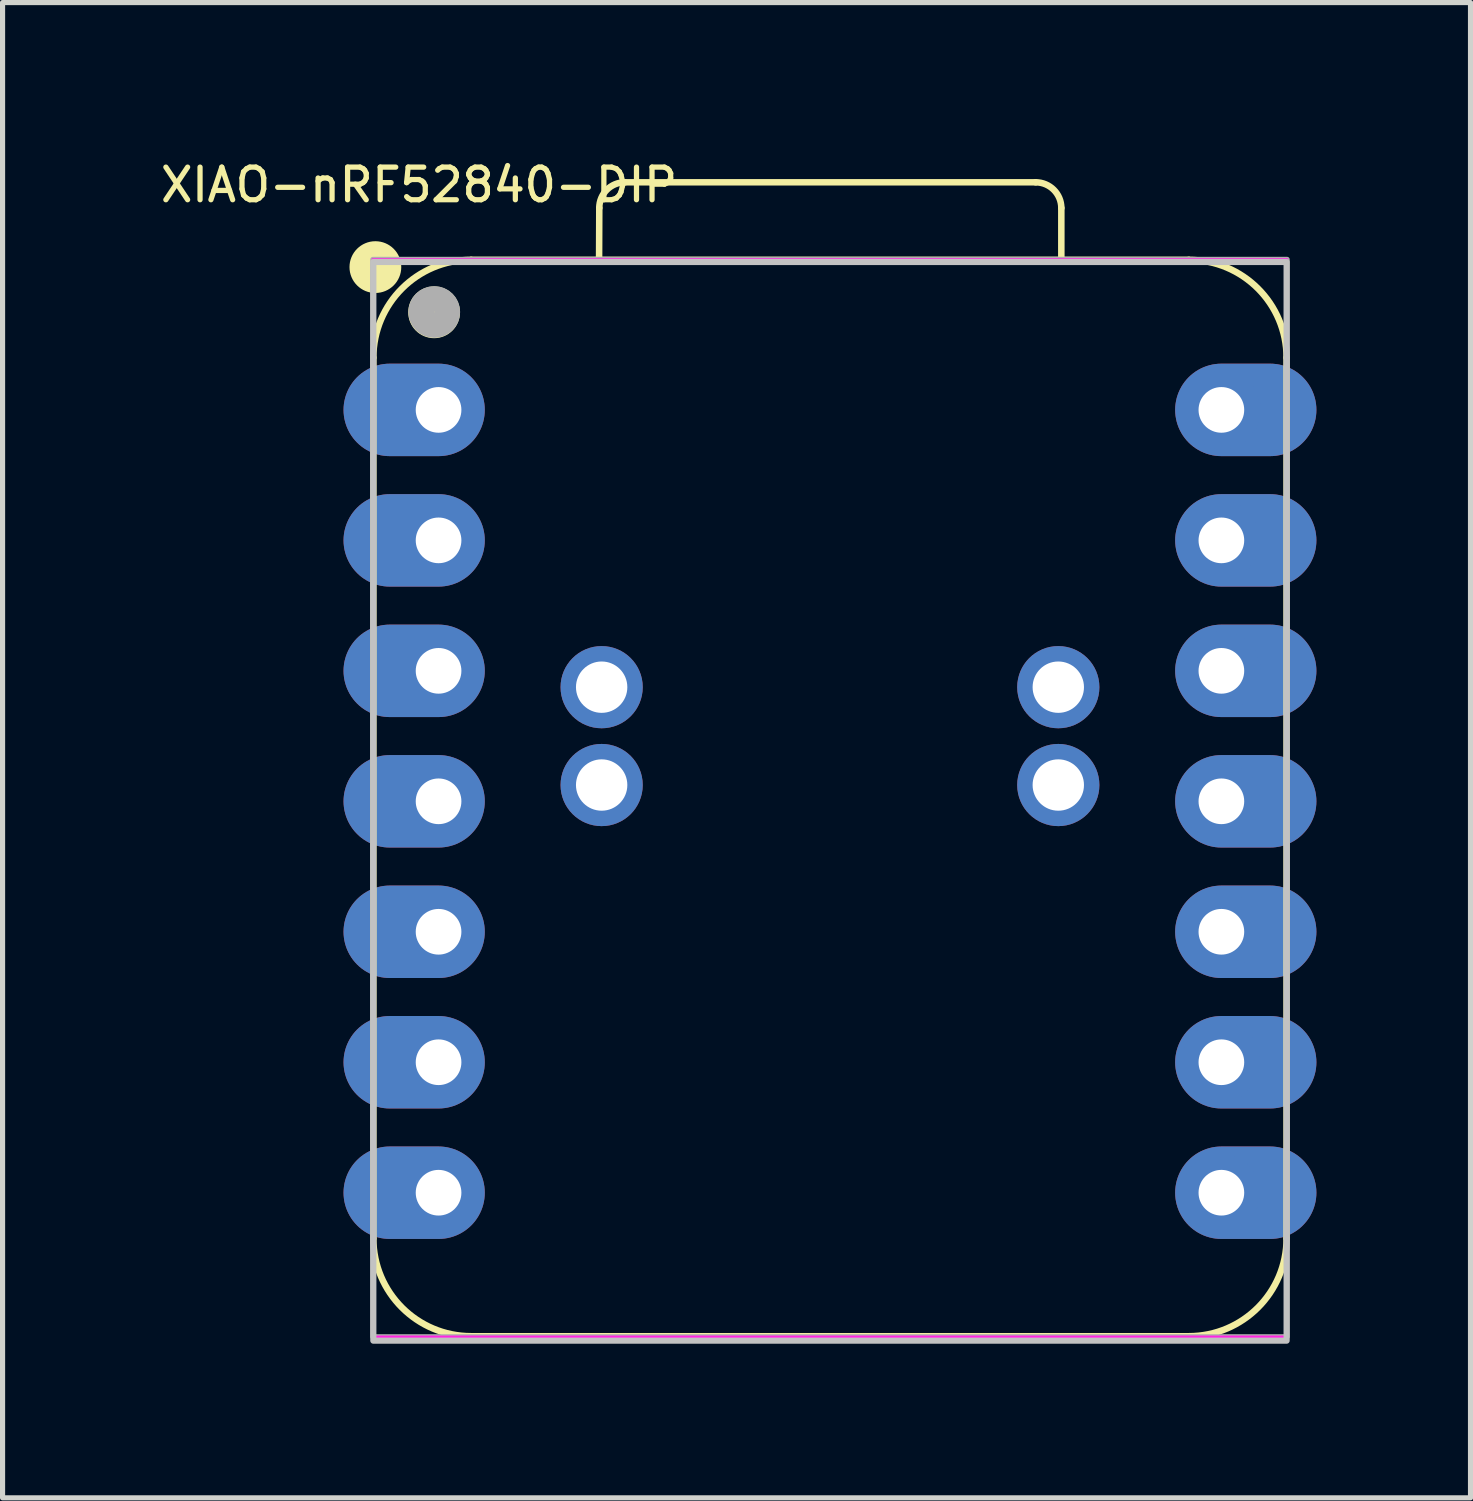
<source format=kicad_pcb>
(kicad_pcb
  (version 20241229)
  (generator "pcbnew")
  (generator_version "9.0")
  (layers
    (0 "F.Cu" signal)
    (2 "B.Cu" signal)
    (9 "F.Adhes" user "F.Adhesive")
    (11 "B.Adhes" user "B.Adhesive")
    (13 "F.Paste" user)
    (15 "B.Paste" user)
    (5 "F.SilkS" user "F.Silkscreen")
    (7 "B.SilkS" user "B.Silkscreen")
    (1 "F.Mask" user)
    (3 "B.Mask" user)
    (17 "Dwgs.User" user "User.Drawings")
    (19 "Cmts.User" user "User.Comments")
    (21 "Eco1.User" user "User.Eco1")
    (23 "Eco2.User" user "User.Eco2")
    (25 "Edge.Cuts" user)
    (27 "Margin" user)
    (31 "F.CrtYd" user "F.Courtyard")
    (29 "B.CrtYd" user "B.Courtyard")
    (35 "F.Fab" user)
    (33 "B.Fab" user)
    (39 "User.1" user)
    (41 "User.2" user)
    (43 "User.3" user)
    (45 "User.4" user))
  (footprint "XIAO-nRF52840-DIP"
    (layer "F.Cu")
    (at 13.108 12.55)
    (property "Reference" "XIAO-nRF52840-DIP" (at -8 -12 0) (unlocked yes) (layer "F.SilkS") (effects (font (size 0.635 0.635) (thickness 0.102))))
    (attr smd)
    (fp_line (start -8.89 8.509) (end -8.89 -8.636) (stroke (width 0.127) (type solid)) (layer "F.SilkS"))
    (fp_line (start -6.985 10.414) (end 6.985 10.414) (stroke (width 0.127) (type solid)) (layer "F.SilkS"))
    (fp_line (start -4.495 -10.541) (end -4.491 -11.551) (stroke (width 0.127) (type solid)) (layer "F.SilkS"))
    (fp_line (start -3.991 -12.051) (end 4.004 -12.051) (stroke (width 0.127) (type solid)) (layer "F.SilkS"))
    (fp_line (start 4.504 -11.551) (end 4.504 -10.541) (stroke (width 0.127) (type solid)) (layer "F.SilkS"))
    (fp_line (start 6.985 -10.541) (end -6.985 -10.541) (stroke (width 0.1) (type solid)) (layer "F.SilkS"))
    (fp_line (start 6.985 -10.541) (end -6.985 -10.541) (stroke (width 0.127) (type solid)) (layer "F.SilkS"))
    (fp_line (start 8.89 8.509) (end 8.89 -8.636) (stroke (width 0.127) (type solid)) (layer "F.SilkS"))
    (fp_arc (start -8.89 -8.636) (mid -8.332038 -9.983038) (end -6.985 -10.541) (stroke (width 0.127) (type solid)) (layer "F.SilkS"))
    (fp_arc (start -6.985 10.414) (mid -8.332038 9.856038) (end -8.89 8.509) (stroke (width 0.127) (type solid)) (layer "F.SilkS"))
    (fp_arc (start -4.491272 -11.551272) (mid -4.344728 -11.90464) (end -3.991272 -12.051) (stroke (width 0.127) (type default)) (layer "F.SilkS"))
    (fp_arc (start 4.004 -12.051) (mid 4.357524 -11.904524) (end 4.504 -11.551) (stroke (width 0.127) (type default)) (layer "F.SilkS"))
    (fp_arc (start 6.985 -10.541) (mid 8.332038 -9.983038) (end 8.89 -8.636) (stroke (width 0.127) (type solid)) (layer "F.SilkS"))
    (fp_arc (start 8.89 8.509) (mid 8.332038 9.856038) (end 6.985 10.414) (stroke (width 0.127) (type solid)) (layer "F.SilkS"))
    (fp_circle (center -8.85 -10.4) (end -8.85 -10.654) (stroke (width 0.5) (type solid)) (fill yes) (layer "F.SilkS"))
    (fp_circle (center -7.707 -9.52) (end -7.707 -9.774) (stroke (width 0.5) (type solid)) (fill yes) (layer "F.SilkS"))
    (fp_rect (start -8.89 10.5) (end 8.89 -10.5) (stroke (width 0.12) (type solid)) (fill no) (layer "Dwgs.User"))
    (fp_rect (start -8.9 -10.55) (end 8.9 10.425) (stroke (width 0.05) (type default)) (fill no) (layer "F.CrtYd"))
    (fp_rect (start -8.9 -10.55) (end 8.9 10.425) (stroke (width 0.1) (type default)) (fill no) (layer "F.Fab"))
    (fp_circle (center -7.704 -9.526) (end -7.704 -9.78) (stroke (width 0.5) (type solid)) (fill no) (layer "F.Fab"))
    (pad "1" smd oval (at -8.57 -7.62 180) (size 2.75 1.8) (drill (offset -0.475 0)) (layers "F.Cu" "F.Mask" "F.Paste"))
    (pad "1" thru_hole circle (at -7.62 -7.62 180) (size 1.524 1.524) (drill 0.889) (layers "*.Cu" "*.Mask"))
    (pad "1" smd oval (at 8.57 -7.62 180) (size 2.75 1.8) (drill (offset 0.475 0)) (layers "B.Cu" "B.Mask" "B.Paste"))
    (pad "2" smd oval (at -8.57 -5.08 180) (size 2.75 1.8) (drill (offset -0.475 0)) (layers "F.Cu" "F.Mask" "F.Paste"))
    (pad "2" thru_hole circle (at -7.62 -5.08 180) (size 1.524 1.524) (drill 0.889) (layers "*.Cu" "*.Mask"))
    (pad "2" smd oval (at 8.57 -5.08 180) (size 2.75 1.8) (drill (offset 0.475 0)) (layers "B.Cu" "B.Mask" "B.Paste"))
    (pad "3" smd oval (at -8.57 -2.54 180) (size 2.75 1.8) (drill (offset -0.475 0)) (layers "F.Cu" "F.Mask" "F.Paste"))
    (pad "3" thru_hole circle (at -7.62 -2.54 180) (size 1.524 1.524) (drill 0.889) (layers "*.Cu" "*.Mask"))
    (pad "3" smd oval (at 8.57 -2.54 180) (size 2.75 1.8) (drill (offset 0.475 0)) (layers "B.Cu" "B.Mask" "B.Paste"))
    (pad "4" smd oval (at -8.57 0 180) (size 2.75 1.8) (drill (offset -0.475 0)) (layers "F.Cu" "F.Mask" "F.Paste"))
    (pad "4" thru_hole circle (at -7.62 0 180) (size 1.524 1.524) (drill 0.889) (layers "*.Cu" "*.Mask"))
    (pad "4" smd oval (at 8.57 0 180) (size 2.75 1.8) (drill (offset 0.475 0)) (layers "B.Cu" "B.Mask" "B.Paste"))
    (pad "5" smd oval (at -8.57 2.54 180) (size 2.75 1.8) (drill (offset -0.475 0)) (layers "F.Cu" "F.Mask" "F.Paste"))
    (pad "5" thru_hole circle (at -7.62 2.54 180) (size 1.524 1.524) (drill 0.889) (layers "*.Cu" "*.Mask"))
    (pad "5" smd oval (at 8.57 2.54 180) (size 2.75 1.8) (drill (offset 0.475 0)) (layers "B.Cu" "B.Mask" "B.Paste"))
    (pad "6" smd oval (at -8.57 5.08 180) (size 2.75 1.8) (drill (offset -0.475 0)) (layers "F.Cu" "F.Mask" "F.Paste"))
    (pad "6" thru_hole circle (at -7.62 5.08 180) (size 1.524 1.524) (drill 0.889) (layers "*.Cu" "*.Mask"))
    (pad "6" smd oval (at 8.57 5.08 180) (size 2.75 1.8) (drill (offset 0.475 0)) (layers "B.Cu" "B.Mask" "B.Paste"))
    (pad "7" smd oval (at -8.57 7.62 180) (size 2.75 1.8) (drill (offset -0.475 0)) (layers "F.Cu" "F.Mask" "F.Paste"))
    (pad "7" thru_hole circle (at -7.62 7.62 180) (size 1.524 1.524) (drill 0.889) (layers "*.Cu" "*.Mask"))
    (pad "7" smd oval (at 8.57 7.62 180) (size 2.75 1.8) (drill (offset 0.475 0)) (layers "B.Cu" "B.Mask" "B.Paste"))
    (pad "8" smd oval (at -8.57 7.62) (size 2.75 1.8) (drill (offset 0.475 0)) (layers "B.Cu" "B.Mask" "B.Paste"))
    (pad "8" thru_hole circle (at 7.62 7.62) (size 1.524 1.524) (drill 0.889) (layers "*.Cu" "*.Mask"))
    (pad "8" smd oval (at 8.57 7.62) (size 2.75 1.8) (drill (offset -0.475 0)) (layers "F.Cu" "F.Mask" "F.Paste"))
    (pad "9" smd oval (at -8.57 5.08) (size 2.75 1.8) (drill (offset 0.475 0)) (layers "B.Cu" "B.Mask" "B.Paste"))
    (pad "9" thru_hole circle (at 7.62 5.08) (size 1.524 1.524) (drill 0.889) (layers "*.Cu" "*.Mask"))
    (pad "9" smd oval (at 8.57 5.08) (size 2.75 1.8) (drill (offset -0.475 0)) (layers "F.Cu" "F.Mask" "F.Paste"))
    (pad "10" smd oval (at -8.57 2.54) (size 2.75 1.8) (drill (offset 0.475 0)) (layers "B.Cu" "B.Mask" "B.Paste"))
    (pad "10" thru_hole circle (at 7.62 2.54) (size 1.524 1.524) (drill 0.889) (layers "*.Cu" "*.Mask"))
    (pad "10" smd oval (at 8.57 2.54) (size 2.75 1.8) (drill (offset -0.475 0)) (layers "F.Cu" "F.Mask" "F.Paste"))
    (pad "11" smd oval (at -8.57 0) (size 2.75 1.8) (drill (offset 0.475 0)) (layers "B.Cu" "B.Mask" "B.Paste"))
    (pad "11" thru_hole circle (at 7.62 0) (size 1.524 1.524) (drill 0.889) (layers "*.Cu" "*.Mask"))
    (pad "11" smd oval (at 8.57 0) (size 2.75 1.8) (drill (offset -0.475 0)) (layers "F.Cu" "F.Mask" "F.Paste"))
    (pad "12" smd oval (at -8.57 -2.54) (size 2.75 1.8) (drill (offset 0.475 0)) (layers "B.Cu" "B.Mask" "B.Paste"))
    (pad "12" thru_hole circle (at 7.62 -2.54) (size 1.524 1.524) (drill 0.889) (layers "*.Cu" "*.Mask"))
    (pad "12" smd oval (at 8.57 -2.54) (size 2.75 1.8) (drill (offset -0.475 0)) (layers "F.Cu" "F.Mask" "F.Paste"))
    (pad "13" smd oval (at -8.57 -5.08) (size 2.75 1.8) (drill (offset 0.475 0)) (layers "B.Cu" "B.Mask" "B.Paste"))
    (pad "13" thru_hole circle (at 7.62 -5.08) (size 1.524 1.524) (drill 0.889) (layers "*.Cu" "*.Mask"))
    (pad "13" smd oval (at 8.57 -5.08) (size 2.75 1.8) (drill (offset -0.475 0)) (layers "F.Cu" "F.Mask" "F.Paste"))
    (pad "14" smd oval (at -8.57 -7.62) (size 2.75 1.8) (drill (offset 0.475 0)) (layers "B.Cu" "B.Mask" "B.Paste"))
    (pad "14" thru_hole circle (at 7.62 -7.62) (size 1.524 1.524) (drill 0.889) (layers "*.Cu" "*.Mask"))
    (pad "14" smd oval (at 8.57 -7.62) (size 2.75 1.8) (drill (offset -0.475 0)) (layers "F.Cu" "F.Mask" "F.Paste"))
    (pad "19" thru_hole circle (at -4.445 -0.317 180) (size 1.6 1.6) (drill 1) (layers "*.Cu" "*.Mask"))
    (pad "19" thru_hole circle (at 4.445 -0.317 180) (size 1.6 1.6) (drill 1) (layers "*.Cu" "*.Mask"))
    (pad "20" thru_hole circle (at -4.445 -2.222 180) (size 1.6 1.6) (drill 1) (layers "*.Cu" "*.Mask"))
    (pad "20" thru_hole circle (at 4.445 -2.222 180) (size 1.6 1.6) (drill 1) (layers "*.Cu" "*.Mask")))
  (gr_rect
    (start -3 -3)
    (end 25.578 26.11)
    (stroke (width 0.1) (type default))
    (fill no)
    (layer "Edge.Cuts")))
</source>
